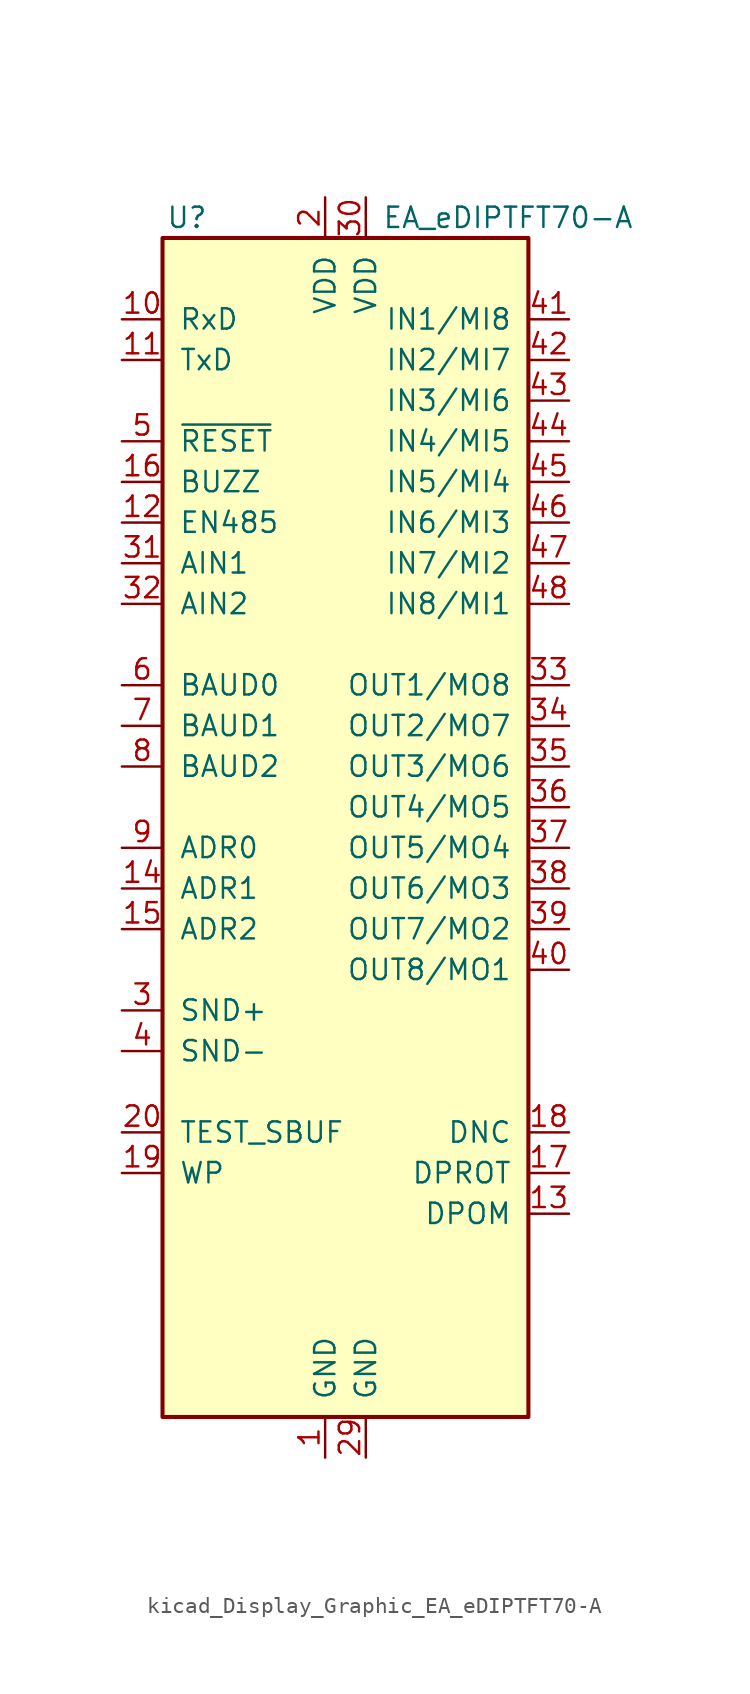
<source format=kicad_sym>
(kicad_symbol_lib
  (version 20220914)
  (generator kicad_symbol_editor)
  (symbol "kicad_Display_Graphic_EA_eDIPTFT70-A"
    (pin_names
      (offset 1.016))
    (property "Reference" "U"
      (at -8.636 36.83 0)
      (effects (font (size 1.27 1.27))))
    (property "Value" "EA_eDIPTFT70-A"
      (at 11.43 36.83 0)
      (effects (font (size 1.27 1.27))))
    (symbol "kicad_Display_Graphic_EA_eDIPTFT70-A_0_1"
      (rectangle (start -10.16 35.56) (end 12.7 -38.1) (stroke (width 0.254) (type default)) (fill (type background))))
    (symbol "kicad_Display_Graphic_EA_eDIPTFT70-A_1_1"
      (pin power_in line (at 0 -40.64 90) (length 2.54) (name "GND" (effects (font (size 1.27 1.27)))) (number "1" (effects (font (size 1.27 1.27)))))
      (pin input line (at -12.7 30.48 0) (length 2.54) (name "RxD" (effects (font (size 1.27 1.27)))) (number "10" (effects (font (size 1.27 1.27)))))
      (pin output line (at -12.7 27.94 0) (length 2.54) (name "TxD" (effects (font (size 1.27 1.27)))) (number "11" (effects (font (size 1.27 1.27)))))
      (pin output line (at -12.7 17.78 0) (length 2.54) (name "EN485" (effects (font (size 1.27 1.27)))) (number "12" (effects (font (size 1.27 1.27)))))
      (pin input line (at 15.24 -25.4 180) (length 2.54) (name "DPOM" (effects (font (size 1.27 1.27)))) (number "13" (effects (font (size 1.27 1.27)))))
      (pin input line (at -12.7 -5.08 0) (length 2.54) (name "ADR1" (effects (font (size 1.27 1.27)))) (number "14" (effects (font (size 1.27 1.27)))))
      (pin input line (at -12.7 -7.62 0) (length 2.54) (name "ADR2" (effects (font (size 1.27 1.27)))) (number "15" (effects (font (size 1.27 1.27)))))
      (pin output line (at -12.7 20.32 0) (length 2.54) (name "BUZZ" (effects (font (size 1.27 1.27)))) (number "16" (effects (font (size 1.27 1.27)))))
      (pin input line (at 15.24 -22.86 180) (length 2.54) (name "DPROT" (effects (font (size 1.27 1.27)))) (number "17" (effects (font (size 1.27 1.27)))))
      (pin output line (at 15.24 -20.32 180) (length 2.54) (name "DNC" (effects (font (size 1.27 1.27)))) (number "18" (effects (font (size 1.27 1.27)))))
      (pin input line (at -12.7 -22.86 0) (length 2.54) (name "WP" (effects (font (size 1.27 1.27)))) (number "19" (effects (font (size 1.27 1.27)))))
      (pin power_in line (at 0 38.1 270) (length 2.54) (name "VDD" (effects (font (size 1.27 1.27)))) (number "2" (effects (font (size 1.27 1.27)))))
      (pin bidirectional line (at -12.7 -20.32 0) (length 2.54) (name "TEST_SBUF" (effects (font (size 1.27 1.27)))) (number "20" (effects (font (size 1.27 1.27)))))
      (pin no_connect line (at -10.16 -27.94 0) (length 2.54) hide (name "NC" (effects (font (size 1.27 1.27)))) (number "21" (effects (font (size 1.27 1.27)))))
      (pin no_connect line (at -10.16 -30.48 0) (length 2.54) hide (name "NC" (effects (font (size 1.27 1.27)))) (number "22" (effects (font (size 1.27 1.27)))))
      (pin no_connect line (at -10.16 -33.02 0) (length 2.54) hide (name "NC" (effects (font (size 1.27 1.27)))) (number "23" (effects (font (size 1.27 1.27)))))
      (pin no_connect line (at -10.16 -35.56 0) (length 2.54) hide (name "NC" (effects (font (size 1.27 1.27)))) (number "24" (effects (font (size 1.27 1.27)))))
      (pin no_connect line (at 12.7 -35.56 180) (length 2.54) hide (name "NC" (effects (font (size 1.27 1.27)))) (number "25" (effects (font (size 1.27 1.27)))))
      (pin no_connect line (at 12.7 -33.02 180) (length 2.54) hide (name "NC" (effects (font (size 1.27 1.27)))) (number "26" (effects (font (size 1.27 1.27)))))
      (pin no_connect line (at 12.7 -30.48 180) (length 2.54) hide (name "NC" (effects (font (size 1.27 1.27)))) (number "27" (effects (font (size 1.27 1.27)))))
      (pin no_connect line (at 12.7 -27.94 180) (length 2.54) hide (name "NC" (effects (font (size 1.27 1.27)))) (number "28" (effects (font (size 1.27 1.27)))))
      (pin power_in line (at 2.54 -40.64 90) (length 2.54) (name "GND" (effects (font (size 1.27 1.27)))) (number "29" (effects (font (size 1.27 1.27)))))
      (pin output line (at -12.7 -12.7 0) (length 2.54) (name "SND+" (effects (font (size 1.27 1.27)))) (number "3" (effects (font (size 1.27 1.27)))))
      (pin power_in line (at 2.54 38.1 270) (length 2.54) (name "VDD" (effects (font (size 1.27 1.27)))) (number "30" (effects (font (size 1.27 1.27)))))
      (pin input line (at -12.7 15.24 0) (length 2.54) (name "AIN1" (effects (font (size 1.27 1.27)))) (number "31" (effects (font (size 1.27 1.27)))))
      (pin input line (at -12.7 12.7 0) (length 2.54) (name "AIN2" (effects (font (size 1.27 1.27)))) (number "32" (effects (font (size 1.27 1.27)))))
      (pin output line (at 15.24 7.62 180) (length 2.54) (name "OUT1/MO8" (effects (font (size 1.27 1.27)))) (number "33" (effects (font (size 1.27 1.27)))))
      (pin output line (at 15.24 5.08 180) (length 2.54) (name "OUT2/MO7" (effects (font (size 1.27 1.27)))) (number "34" (effects (font (size 1.27 1.27)))))
      (pin output line (at 15.24 2.54 180) (length 2.54) (name "OUT3/MO6" (effects (font (size 1.27 1.27)))) (number "35" (effects (font (size 1.27 1.27)))))
      (pin output line (at 15.24 0 180) (length 2.54) (name "OUT4/MO5" (effects (font (size 1.27 1.27)))) (number "36" (effects (font (size 1.27 1.27)))))
      (pin output line (at 15.24 -2.54 180) (length 2.54) (name "OUT5/MO4" (effects (font (size 1.27 1.27)))) (number "37" (effects (font (size 1.27 1.27)))))
      (pin output line (at 15.24 -5.08 180) (length 2.54) (name "OUT6/MO3" (effects (font (size 1.27 1.27)))) (number "38" (effects (font (size 1.27 1.27)))))
      (pin output line (at 15.24 -7.62 180) (length 2.54) (name "OUT7/MO2" (effects (font (size 1.27 1.27)))) (number "39" (effects (font (size 1.27 1.27)))))
      (pin input line (at -12.7 -15.24 0) (length 2.54) (name "SND-" (effects (font (size 1.27 1.27)))) (number "4" (effects (font (size 1.27 1.27)))))
      (pin output line (at 15.24 -10.16 180) (length 2.54) (name "OUT8/MO1" (effects (font (size 1.27 1.27)))) (number "40" (effects (font (size 1.27 1.27)))))
      (pin input line (at 15.24 30.48 180) (length 2.54) (name "IN1/MI8" (effects (font (size 1.27 1.27)))) (number "41" (effects (font (size 1.27 1.27)))))
      (pin input line (at 15.24 27.94 180) (length 2.54) (name "IN2/MI7" (effects (font (size 1.27 1.27)))) (number "42" (effects (font (size 1.27 1.27)))))
      (pin input line (at 15.24 25.4 180) (length 2.54) (name "IN3/MI6" (effects (font (size 1.27 1.27)))) (number "43" (effects (font (size 1.27 1.27)))))
      (pin input line (at 15.24 22.86 180) (length 2.54) (name "IN4/MI5" (effects (font (size 1.27 1.27)))) (number "44" (effects (font (size 1.27 1.27)))))
      (pin input line (at 15.24 20.32 180) (length 2.54) (name "IN5/MI4" (effects (font (size 1.27 1.27)))) (number "45" (effects (font (size 1.27 1.27)))))
      (pin input line (at 15.24 17.78 180) (length 2.54) (name "IN6/MI3" (effects (font (size 1.27 1.27)))) (number "46" (effects (font (size 1.27 1.27)))))
      (pin input line (at 15.24 15.24 180) (length 2.54) (name "IN7/MI2" (effects (font (size 1.27 1.27)))) (number "47" (effects (font (size 1.27 1.27)))))
      (pin input line (at 15.24 12.7 180) (length 2.54) (name "IN8/MI1" (effects (font (size 1.27 1.27)))) (number "48" (effects (font (size 1.27 1.27)))))
      (pin input line (at -12.7 22.86 0) (length 2.54) (name "~{RESET}" (effects (font (size 1.27 1.27)))) (number "5" (effects (font (size 1.27 1.27)))))
      (pin input line (at -12.7 7.62 0) (length 2.54) (name "BAUD0" (effects (font (size 1.27 1.27)))) (number "6" (effects (font (size 1.27 1.27)))))
      (pin input line (at -12.7 5.08 0) (length 2.54) (name "BAUD1" (effects (font (size 1.27 1.27)))) (number "7" (effects (font (size 1.27 1.27)))))
      (pin input line (at -12.7 2.54 0) (length 2.54) (name "BAUD2" (effects (font (size 1.27 1.27)))) (number "8" (effects (font (size 1.27 1.27)))))
      (pin input line (at -12.7 -2.54 0) (length 2.54) (name "ADR0" (effects (font (size 1.27 1.27)))) (number "9" (effects (font (size 1.27 1.27))))))))
</source>
